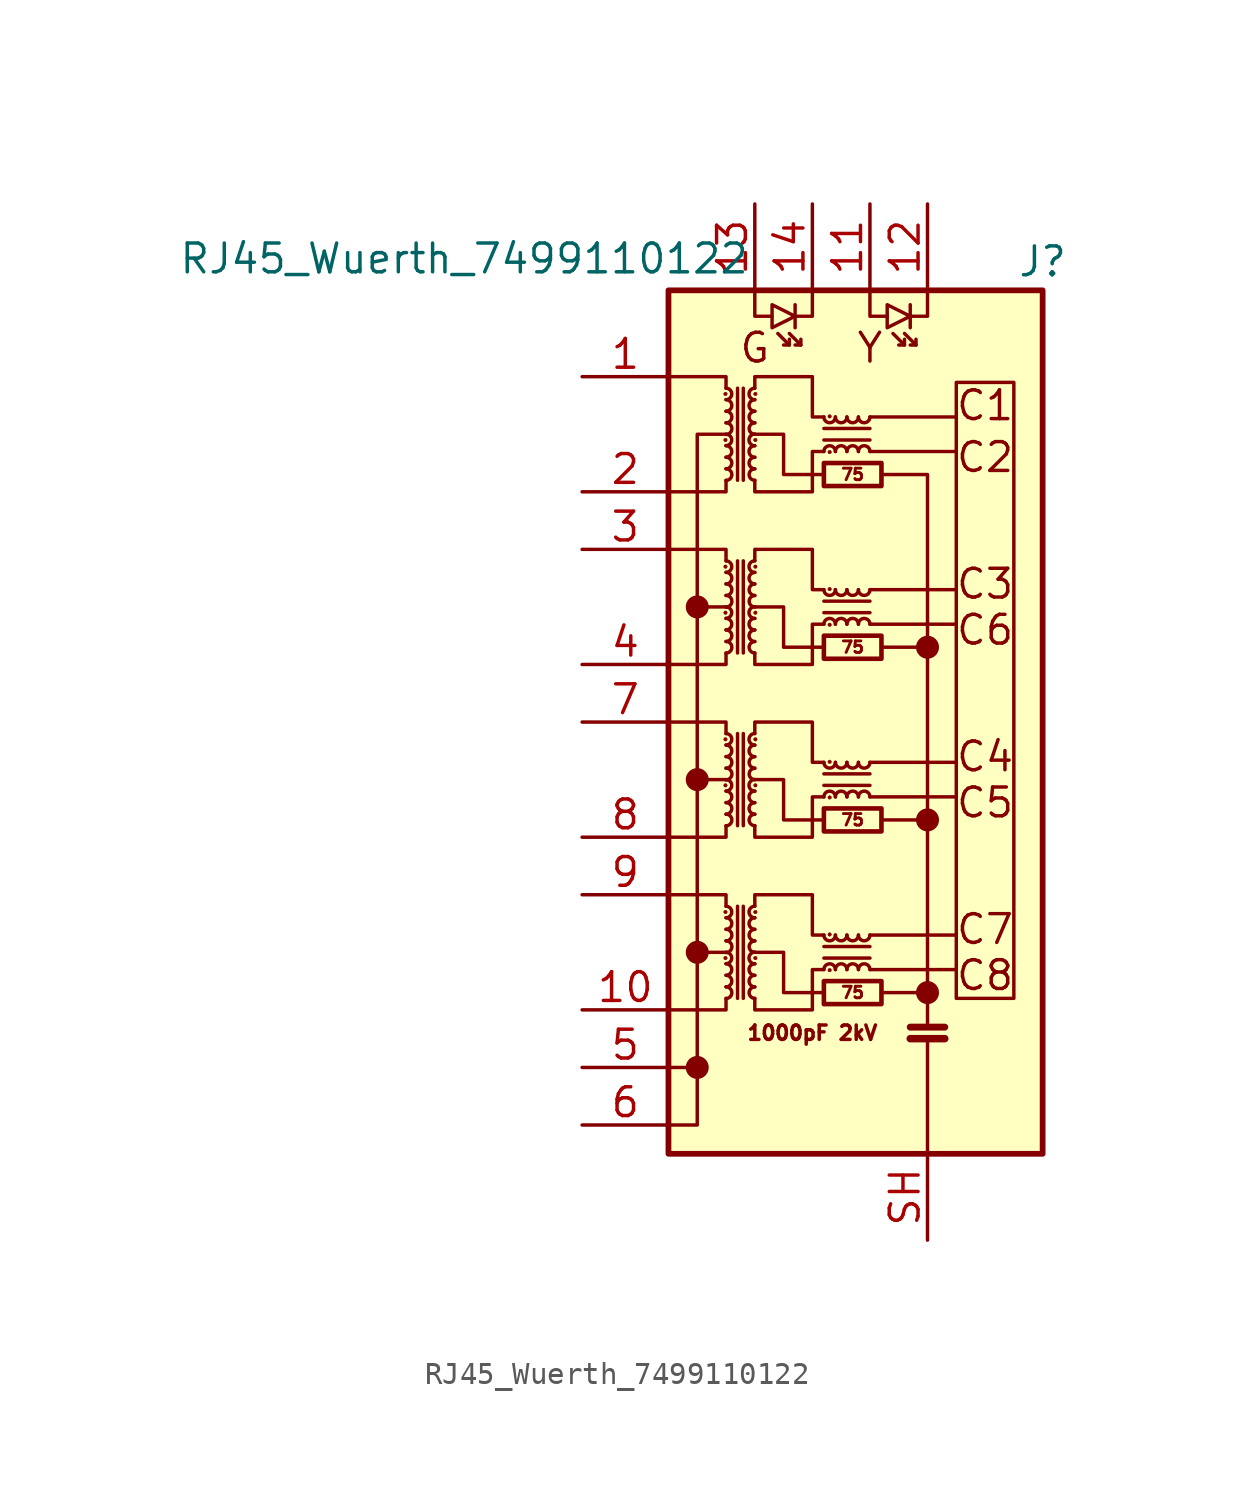
<source format=kicad_sym>
(kicad_symbol_lib
  (version 20231120)
  (generator "kicad_symbol_editor")
  (generator_version "8.0")
  (symbol "RJ45_Wuerth_7499110122"
    (pin_names hide)
    (property "Reference" "J"
      (at 8.89 19.05 0)
      (effects (font (size 1.27 1.27))))
    (property "Value" "RJ45_Wuerth_7499110122"
      (at -16.637 19.177 0)
      (effects (font (size 1.27 1.27))))
    (symbol "RJ45_Wuerth_7499110122_0_0"
      (circle (center -6.35 -16.51) (radius 0.0001) (stroke (width 0.508) (type default)) (fill (type none)))
      (circle (center -6.35 -11.43) (radius 0.0001) (stroke (width 0.508) (type default)) (fill (type none)))
      (circle (center -6.35 -3.81) (radius 0.0001) (stroke (width 0.508) (type default)) (fill (type none)))
      (circle (center -6.35 3.81) (radius 0.0001) (stroke (width 0.508) (type default)) (fill (type none)))
      (polyline (pts (xy -6.35 -11.43) (xy -5.08 -11.43)) (stroke (width 0) (type default)) (fill (type none)))
      (polyline (pts (xy -6.35 -3.81) (xy -5.08 -3.81)) (stroke (width 0) (type default)) (fill (type none)))
      (polyline (pts (xy -5.08 3.81) (xy -6.35 3.81)) (stroke (width 0) (type default)) (fill (type none)))
      (polyline (pts (xy 1.27 -12.192) (xy 5.08 -12.192)) (stroke (width 0) (type default)) (fill (type none)))
      (polyline (pts (xy 1.27 -10.668) (xy 5.08 -10.668)) (stroke (width 0) (type default)) (fill (type none)))
      (polyline (pts (xy 1.27 -4.572) (xy 5.08 -4.572)) (stroke (width 0) (type default)) (fill (type none)))
      (polyline (pts (xy 1.27 -3.048) (xy 5.08 -3.048)) (stroke (width 0) (type default)) (fill (type none)))
      (polyline (pts (xy 1.27 3.048) (xy 5.08 3.048)) (stroke (width 0) (type default)) (fill (type none)))
      (polyline (pts (xy 1.27 4.572) (xy 5.08 4.572)) (stroke (width 0) (type default)) (fill (type none)))
      (polyline (pts (xy 1.27 10.668) (xy 5.08 10.668)) (stroke (width 0) (type default)) (fill (type none)))
      (polyline (pts (xy 1.27 12.192) (xy 5.08 12.192)) (stroke (width 0) (type default)) (fill (type none)))
      (polyline (pts (xy 1.778 -13.208) (xy 3.81 -13.208)) (stroke (width 0) (type default)) (fill (type none)))
      (polyline (pts (xy -0.762 -13.208) (xy -2.54 -13.208) (xy -2.54 -11.43) (xy -3.81 -11.43)) (stroke (width 0) (type default)) (fill (type none)))
      (polyline (pts (xy -0.762 -5.588) (xy -2.54 -5.588) (xy -2.54 -3.81) (xy -3.81 -3.81)) (stroke (width 0) (type default)) (fill (type none)))
      (polyline (pts (xy -0.762 2.032) (xy -2.54 2.032) (xy -2.54 3.81) (xy -3.81 3.81)) (stroke (width 0) (type default)) (fill (type none)))
      (polyline (pts (xy -0.762 9.652) (xy -2.54 9.652) (xy -2.54 11.43) (xy -3.81 11.43)) (stroke (width 0) (type default)) (fill (type none)))
      (circle (center 3.81 -13.208) (radius 0.0001) (stroke (width 0.508) (type default)) (fill (type none)))
      (circle (center 3.81 -5.588) (radius 0.0001) (stroke (width 0.508) (type default)) (fill (type none)))
      (circle (center 3.81 2.032) (radius 0.0001) (stroke (width 0.508) (type default)) (fill (type none)))
      (text "1000pF 2kV" (at -1.27 -14.986 0) (effects (font (size 0.635 0.635))))
      (text "C1" (at 6.35 12.7 0) (effects (font (size 1.27 1.27))))
      (text "C2" (at 6.35 10.414 0) (effects (font (size 1.27 1.27))))
      (text "C3" (at 6.35 4.826 0) (effects (font (size 1.27 1.27))))
      (text "C4" (at 6.35 -2.794 0) (effects (font (size 1.27 1.27))))
      (text "C5" (at 6.35 -4.826 0) (effects (font (size 1.27 1.27))))
      (text "C6" (at 6.35 2.794 0) (effects (font (size 1.27 1.27))))
      (text "C7" (at 6.35 -10.414 0) (effects (font (size 1.27 1.27))))
      (text "C8" (at 6.35 -12.446 0) (effects (font (size 1.27 1.27))))
      (text "G" (at -3.81 15.24 0) (effects (font (size 1.27 1.27))))
      (text "Y" (at 1.27 15.24 0) (effects (font (size 1.27 1.27)))))
    (symbol "RJ45_Wuerth_7499110122_0_1"
      (rectangle (start -7.62 17.78) (end 8.89 -20.32) (stroke (width 0.254) (type default)) (fill (type background)))
      (circle (center -5.105 -11.684) (radius 0.076) (stroke (width 0.025) (type default)) (fill (type outline)))
      (circle (center -5.105 -9.652) (radius 0.076) (stroke (width 0.025) (type default)) (fill (type outline)))
      (circle (center -5.105 -4.064) (radius 0.076) (stroke (width 0.025) (type default)) (fill (type outline)))
      (circle (center -5.105 -2.032) (radius 0.076) (stroke (width 0.025) (type default)) (fill (type outline)))
      (circle (center -5.105 3.556) (radius 0.076) (stroke (width 0.025) (type default)) (fill (type outline)))
      (circle (center -5.105 5.588) (radius 0.076) (stroke (width 0.025) (type default)) (fill (type outline)))
      (circle (center -5.105 11.176) (radius 0.076) (stroke (width 0.025) (type default)) (fill (type outline)))
      (circle (center -5.105 13.208) (radius 0.076) (stroke (width 0.025) (type default)) (fill (type outline)))
      (arc (start -5.08 -13.462) (mid -4.827 -13.208) (end -5.08 -12.954) (stroke (width 0) (type default)) (fill (type none)))
      (arc (start -5.08 -12.954) (mid -4.8271 -12.7) (end -5.08 -12.446) (stroke (width 0) (type default)) (fill (type none)))
      (arc (start -5.08 -12.446) (mid -4.827 -12.192) (end -5.08 -11.938) (stroke (width 0) (type default)) (fill (type none)))
      (arc (start -5.08 -11.938) (mid -4.827 -11.684) (end -5.08 -11.43) (stroke (width 0) (type default)) (fill (type none)))
      (arc (start -5.08 -11.43) (mid -4.827 -11.176) (end -5.08 -10.922) (stroke (width 0) (type default)) (fill (type none)))
      (arc (start -5.08 -10.922) (mid -4.827 -10.668) (end -5.08 -10.414) (stroke (width 0) (type default)) (fill (type none)))
      (arc (start -5.08 -10.414) (mid -4.8271 -10.16) (end -5.08 -9.906) (stroke (width 0) (type default)) (fill (type none)))
      (arc (start -5.08 -9.906) (mid -4.827 -9.652) (end -5.08 -9.398) (stroke (width 0) (type default)) (fill (type none)))
      (arc (start -5.08 -5.842) (mid -4.827 -5.588) (end -5.08 -5.334) (stroke (width 0) (type default)) (fill (type none)))
      (arc (start -5.08 -5.334) (mid -4.8271 -5.08) (end -5.08 -4.826) (stroke (width 0) (type default)) (fill (type none)))
      (arc (start -5.08 -4.826) (mid -4.827 -4.572) (end -5.08 -4.318) (stroke (width 0) (type default)) (fill (type none)))
      (arc (start -5.08 -4.318) (mid -4.827 -4.064) (end -5.08 -3.81) (stroke (width 0) (type default)) (fill (type none)))
      (arc (start -5.08 -3.81) (mid -4.827 -3.556) (end -5.08 -3.302) (stroke (width 0) (type default)) (fill (type none)))
      (arc (start -5.08 -3.302) (mid -4.827 -3.048) (end -5.08 -2.794) (stroke (width 0) (type default)) (fill (type none)))
      (arc (start -5.08 -2.794) (mid -4.8271 -2.54) (end -5.08 -2.286) (stroke (width 0) (type default)) (fill (type none)))
      (arc (start -5.08 -2.286) (mid -4.827 -2.032) (end -5.08 -1.778) (stroke (width 0) (type default)) (fill (type none)))
      (arc (start -5.08 1.778) (mid -4.827 2.032) (end -5.08 2.286) (stroke (width 0) (type default)) (fill (type none)))
      (arc (start -5.08 2.286) (mid -4.8271 2.54) (end -5.08 2.794) (stroke (width 0) (type default)) (fill (type none)))
      (arc (start -5.08 2.794) (mid -4.827 3.048) (end -5.08 3.302) (stroke (width 0) (type default)) (fill (type none)))
      (arc (start -5.08 3.302) (mid -4.827 3.556) (end -5.08 3.81) (stroke (width 0) (type default)) (fill (type none)))
      (arc (start -5.08 3.81) (mid -4.827 4.064) (end -5.08 4.318) (stroke (width 0) (type default)) (fill (type none)))
      (arc (start -5.08 4.318) (mid -4.827 4.572) (end -5.08 4.826) (stroke (width 0) (type default)) (fill (type none)))
      (arc (start -5.08 4.826) (mid -4.8271 5.08) (end -5.08 5.334) (stroke (width 0) (type default)) (fill (type none)))
      (arc (start -5.08 5.334) (mid -4.827 5.588) (end -5.08 5.842) (stroke (width 0) (type default)) (fill (type none)))
      (arc (start -5.08 9.398) (mid -4.827 9.652) (end -5.08 9.906) (stroke (width 0) (type default)) (fill (type none)))
      (arc (start -5.08 9.906) (mid -4.8271 10.16) (end -5.08 10.414) (stroke (width 0) (type default)) (fill (type none)))
      (arc (start -5.08 10.414) (mid -4.827 10.668) (end -5.08 10.922) (stroke (width 0) (type default)) (fill (type none)))
      (arc (start -5.08 10.922) (mid -4.827 11.176) (end -5.08 11.43) (stroke (width 0) (type default)) (fill (type none)))
      (arc (start -5.08 11.43) (mid -4.827 11.684) (end -5.08 11.938) (stroke (width 0) (type default)) (fill (type none)))
      (arc (start -5.08 11.938) (mid -4.827 12.192) (end -5.08 12.446) (stroke (width 0) (type default)) (fill (type none)))
      (arc (start -5.08 12.446) (mid -4.8271 12.7) (end -5.08 12.954) (stroke (width 0) (type default)) (fill (type none)))
      (arc (start -5.08 12.954) (mid -4.827 13.208) (end -5.08 13.462) (stroke (width 0) (type default)) (fill (type none)))
      (arc (start -3.81 -12.954) (mid -4.063 -13.208) (end -3.81 -13.462) (stroke (width 0) (type default)) (fill (type none)))
      (arc (start -3.81 -12.446) (mid -4.0629 -12.7) (end -3.81 -12.954) (stroke (width 0) (type default)) (fill (type none)))
      (arc (start -3.81 -11.938) (mid -4.063 -12.192) (end -3.81 -12.446) (stroke (width 0) (type default)) (fill (type none)))
      (arc (start -3.81 -11.43) (mid -4.063 -11.684) (end -3.81 -11.938) (stroke (width 0) (type default)) (fill (type none)))
      (arc (start -3.81 -10.922) (mid -4.063 -11.176) (end -3.81 -11.43) (stroke (width 0) (type default)) (fill (type none)))
      (arc (start -3.81 -10.414) (mid -4.063 -10.668) (end -3.81 -10.922) (stroke (width 0) (type default)) (fill (type none)))
      (arc (start -3.81 -9.906) (mid -4.0629 -10.16) (end -3.81 -10.414) (stroke (width 0) (type default)) (fill (type none)))
      (arc (start -3.81 -9.398) (mid -4.063 -9.652) (end -3.81 -9.906) (stroke (width 0) (type default)) (fill (type none)))
      (arc (start -3.81 -5.334) (mid -4.063 -5.588) (end -3.81 -5.842) (stroke (width 0) (type default)) (fill (type none)))
      (arc (start -3.81 -4.826) (mid -4.0629 -5.08) (end -3.81 -5.334) (stroke (width 0) (type default)) (fill (type none)))
      (arc (start -3.81 -4.318) (mid -4.063 -4.572) (end -3.81 -4.826) (stroke (width 0) (type default)) (fill (type none)))
      (arc (start -3.81 -3.81) (mid -4.063 -4.064) (end -3.81 -4.318) (stroke (width 0) (type default)) (fill (type none)))
      (arc (start -3.81 -3.302) (mid -4.063 -3.556) (end -3.81 -3.81) (stroke (width 0) (type default)) (fill (type none)))
      (arc (start -3.81 -2.794) (mid -4.063 -3.048) (end -3.81 -3.302) (stroke (width 0) (type default)) (fill (type none)))
      (arc (start -3.81 -2.286) (mid -4.0629 -2.54) (end -3.81 -2.794) (stroke (width 0) (type default)) (fill (type none)))
      (arc (start -3.81 -1.778) (mid -4.063 -2.032) (end -3.81 -2.286) (stroke (width 0) (type default)) (fill (type none)))
      (arc (start -3.81 2.286) (mid -4.063 2.032) (end -3.81 1.778) (stroke (width 0) (type default)) (fill (type none)))
      (arc (start -3.81 2.794) (mid -4.0629 2.54) (end -3.81 2.286) (stroke (width 0) (type default)) (fill (type none)))
      (arc (start -3.81 3.302) (mid -4.063 3.048) (end -3.81 2.794) (stroke (width 0) (type default)) (fill (type none)))
      (arc (start -3.81 3.81) (mid -4.063 3.556) (end -3.81 3.302) (stroke (width 0) (type default)) (fill (type none)))
      (arc (start -3.81 4.318) (mid -4.063 4.064) (end -3.81 3.81) (stroke (width 0) (type default)) (fill (type none)))
      (arc (start -3.81 4.826) (mid -4.063 4.572) (end -3.81 4.318) (stroke (width 0) (type default)) (fill (type none)))
      (arc (start -3.81 5.334) (mid -4.0629 5.08) (end -3.81 4.826) (stroke (width 0) (type default)) (fill (type none)))
      (arc (start -3.81 5.842) (mid -4.063 5.588) (end -3.81 5.334) (stroke (width 0) (type default)) (fill (type none)))
      (arc (start -3.81 9.906) (mid -4.063 9.652) (end -3.81 9.398) (stroke (width 0) (type default)) (fill (type none)))
      (arc (start -3.81 10.414) (mid -4.0629 10.16) (end -3.81 9.906) (stroke (width 0) (type default)) (fill (type none)))
      (arc (start -3.81 10.922) (mid -4.063 10.668) (end -3.81 10.414) (stroke (width 0) (type default)) (fill (type none)))
      (arc (start -3.81 11.43) (mid -4.063 11.176) (end -3.81 10.922) (stroke (width 0) (type default)) (fill (type none)))
      (arc (start -3.81 11.938) (mid -4.063 11.684) (end -3.81 11.43) (stroke (width 0) (type default)) (fill (type none)))
      (arc (start -3.81 12.446) (mid -4.063 12.192) (end -3.81 11.938) (stroke (width 0) (type default)) (fill (type none)))
      (arc (start -3.81 12.954) (mid -4.0629 12.7) (end -3.81 12.446) (stroke (width 0) (type default)) (fill (type none)))
      (arc (start -3.81 13.462) (mid -4.063 13.208) (end -3.81 12.954) (stroke (width 0) (type default)) (fill (type none)))
      (circle (center -3.785 -11.684) (radius 0.076) (stroke (width 0.025) (type default)) (fill (type outline)))
      (circle (center -3.785 -9.652) (radius 0.076) (stroke (width 0.025) (type default)) (fill (type outline)))
      (circle (center -3.785 -4.064) (radius 0.076) (stroke (width 0.025) (type default)) (fill (type outline)))
      (circle (center -3.785 -2.032) (radius 0.076) (stroke (width 0.025) (type default)) (fill (type outline)))
      (circle (center -3.785 3.556) (radius 0.076) (stroke (width 0.025) (type default)) (fill (type outline)))
      (circle (center -3.785 5.588) (radius 0.076) (stroke (width 0.025) (type default)) (fill (type outline)))
      (circle (center -3.785 11.176) (radius 0.076) (stroke (width 0.025) (type default)) (fill (type outline)))
      (circle (center -3.785 13.208) (radius 0.076) (stroke (width 0.025) (type default)) (fill (type outline)))
      (rectangle (start -0.762 -12.7) (end 1.778 -13.716) (stroke (width 0.203) (type default)) (fill (type none)))
      (arc (start -0.762 -10.668) (mid -0.508 -10.9209) (end -0.254 -10.668) (stroke (width 0) (type default)) (fill (type none)))
      (rectangle (start -0.762 -5.08) (end 1.778 -6.096) (stroke (width 0.203) (type default)) (fill (type none)))
      (arc (start -0.762 -3.048) (mid -0.508 -3.3009) (end -0.254 -3.048) (stroke (width 0) (type default)) (fill (type none)))
      (rectangle (start -0.762 2.54) (end 1.778 1.524) (stroke (width 0.203) (type default)) (fill (type none)))
      (arc (start -0.762 4.572) (mid -0.508 4.3191) (end -0.254 4.572) (stroke (width 0) (type default)) (fill (type none)))
      (rectangle (start -0.762 10.16) (end 1.778 9.144) (stroke (width 0.203) (type default)) (fill (type none)))
      (arc (start -0.762 12.192) (mid -0.508 11.9391) (end -0.254 12.192) (stroke (width 0) (type default)) (fill (type none)))
      (circle (center -0.508 -12.217) (radius 0.076) (stroke (width 0.025) (type default)) (fill (type outline)))
      (circle (center -0.508 -10.643) (radius 0.076) (stroke (width 0.025) (type default)) (fill (type outline)))
      (circle (center -0.508 -4.597) (radius 0.076) (stroke (width 0.025) (type default)) (fill (type outline)))
      (circle (center -0.508 -3.023) (radius 0.076) (stroke (width 0.025) (type default)) (fill (type outline)))
      (circle (center -0.508 3.023) (radius 0.076) (stroke (width 0.025) (type default)) (fill (type outline)))
      (circle (center -0.508 4.597) (radius 0.076) (stroke (width 0.025) (type default)) (fill (type outline)))
      (circle (center -0.508 10.643) (radius 0.076) (stroke (width 0.025) (type default)) (fill (type outline)))
      (circle (center -0.508 12.217) (radius 0.076) (stroke (width 0.025) (type default)) (fill (type outline)))
      (arc (start -0.254 -12.192) (mid -0.508 -11.9391) (end -0.762 -12.192) (stroke (width 0) (type default)) (fill (type none)))
      (arc (start -0.254 -10.668) (mid 0 -10.9209) (end 0.254 -10.668) (stroke (width 0) (type default)) (fill (type none)))
      (arc (start -0.254 -4.572) (mid -0.508 -4.3191) (end -0.762 -4.572) (stroke (width 0) (type default)) (fill (type none)))
      (arc (start -0.254 -3.048) (mid 0 -3.3009) (end 0.254 -3.048) (stroke (width 0) (type default)) (fill (type none)))
      (arc (start -0.254 3.048) (mid -0.508 3.3009) (end -0.762 3.048) (stroke (width 0) (type default)) (fill (type none)))
      (arc (start -0.254 4.572) (mid 0 4.3191) (end 0.254 4.572) (stroke (width 0) (type default)) (fill (type none)))
      (arc (start -0.254 10.668) (mid -0.508 10.9209) (end -0.762 10.668) (stroke (width 0) (type default)) (fill (type none)))
      (arc (start -0.254 12.192) (mid 0 11.9391) (end 0.254 12.192) (stroke (width 0) (type default)) (fill (type none)))
      (polyline (pts (xy -4.572 -13.462) (xy -4.572 -9.398)) (stroke (width 0) (type default)) (fill (type none)))
      (polyline (pts (xy -4.572 -5.842) (xy -4.572 -1.778)) (stroke (width 0) (type default)) (fill (type none)))
      (polyline (pts (xy -4.572 1.778) (xy -4.572 5.842)) (stroke (width 0) (type default)) (fill (type none)))
      (polyline (pts (xy -4.572 9.398) (xy -4.572 13.462)) (stroke (width 0) (type default)) (fill (type none)))
      (polyline (pts (xy -4.318 -9.398) (xy -4.318 -13.462)) (stroke (width 0) (type default)) (fill (type none)))
      (polyline (pts (xy -4.318 -1.778) (xy -4.318 -5.842)) (stroke (width 0) (type default)) (fill (type none)))
      (polyline (pts (xy -4.318 5.842) (xy -4.318 1.778)) (stroke (width 0) (type default)) (fill (type none)))
      (polyline (pts (xy -4.318 13.462) (xy -4.318 9.398)) (stroke (width 0) (type default)) (fill (type none)))
      (polyline (pts (xy -2.286 15.367) (xy -2.794 15.875)) (stroke (width 0) (type default)) (fill (type none)))
      (polyline (pts (xy -2.032 17.145) (xy -2.032 16.129)) (stroke (width 0) (type default)) (fill (type none)))
      (polyline (pts (xy -1.778 15.367) (xy -2.286 15.875)) (stroke (width 0) (type default)) (fill (type none)))
      (polyline (pts (xy -0.762 -11.176) (xy 1.27 -11.176)) (stroke (width 0) (type default)) (fill (type none)))
      (polyline (pts (xy -0.762 -3.556) (xy 1.27 -3.556)) (stroke (width 0) (type default)) (fill (type none)))
      (polyline (pts (xy -0.762 4.064) (xy 1.27 4.064)) (stroke (width 0) (type default)) (fill (type none)))
      (polyline (pts (xy -0.762 11.684) (xy 1.27 11.684)) (stroke (width 0) (type default)) (fill (type none)))
      (polyline (pts (xy 1.27 -11.684) (xy -0.762 -11.684)) (stroke (width 0) (type default)) (fill (type none)))
      (polyline (pts (xy 1.27 -4.064) (xy -0.762 -4.064)) (stroke (width 0) (type default)) (fill (type none)))
      (polyline (pts (xy 1.27 3.556) (xy -0.762 3.556)) (stroke (width 0) (type default)) (fill (type none)))
      (polyline (pts (xy 1.27 11.176) (xy -0.762 11.176)) (stroke (width 0) (type default)) (fill (type none)))
      (polyline (pts (xy 1.778 -5.588) (xy 3.81 -5.588)) (stroke (width 0) (type default)) (fill (type none)))
      (polyline (pts (xy 2.794 15.367) (xy 2.286 15.875)) (stroke (width 0) (type default)) (fill (type none)))
      (polyline (pts (xy 3.048 17.145) (xy 3.048 16.129)) (stroke (width 0) (type default)) (fill (type none)))
      (polyline (pts (xy 3.302 15.367) (xy 2.794 15.875)) (stroke (width 0) (type default)) (fill (type none)))
      (polyline (pts (xy 3.81 -20.32) (xy 3.81 -15.24)) (stroke (width 0) (type default)) (fill (type none)))
      (polyline (pts (xy 3.81 2.032) (xy 1.778 2.032)) (stroke (width 0) (type default)) (fill (type none)))
      (polyline (pts (xy 4.572 -15.24) (xy 3.048 -15.24)) (stroke (width 0.33) (type default)) (fill (type none)))
      (polyline (pts (xy 4.572 -14.732) (xy 3.048 -14.732)) (stroke (width 0.305) (type default)) (fill (type none)))
      (polyline (pts (xy -6.35 -16.51) (xy -6.35 -19.05) (xy -7.62 -19.05)) (stroke (width 0) (type default)) (fill (type none)))
      (polyline (pts (xy -5.08 -13.462) (xy -5.08 -13.97) (xy -7.62 -13.97)) (stroke (width 0) (type default)) (fill (type none)))
      (polyline (pts (xy -5.08 -9.398) (xy -5.08 -8.89) (xy -7.62 -8.89)) (stroke (width 0) (type default)) (fill (type none)))
      (polyline (pts (xy -5.08 -5.842) (xy -5.08 -6.35) (xy -7.62 -6.35)) (stroke (width 0) (type default)) (fill (type none)))
      (polyline (pts (xy -5.08 -1.778) (xy -5.08 -1.27) (xy -7.62 -1.27)) (stroke (width 0) (type default)) (fill (type none)))
      (polyline (pts (xy -5.08 1.778) (xy -5.08 1.27) (xy -7.62 1.27)) (stroke (width 0) (type default)) (fill (type none)))
      (polyline (pts (xy -5.08 5.842) (xy -5.08 6.35) (xy -7.62 6.35)) (stroke (width 0) (type default)) (fill (type none)))
      (polyline (pts (xy -5.08 9.398) (xy -5.08 8.89) (xy -7.62 8.89)) (stroke (width 0) (type default)) (fill (type none)))
      (polyline (pts (xy -5.08 13.462) (xy -5.08 13.97) (xy -7.62 13.97)) (stroke (width 0) (type default)) (fill (type none)))
      (polyline (pts (xy -3.81 17.78) (xy -3.81 16.637) (xy -3.048 16.637)) (stroke (width 0) (type default)) (fill (type none)))
      (polyline (pts (xy -2.286 15.621) (xy -2.286 15.367) (xy -2.54 15.367)) (stroke (width 0) (type default)) (fill (type none)))
      (polyline (pts (xy -1.778 15.621) (xy -1.778 15.367) (xy -2.032 15.367)) (stroke (width 0) (type default)) (fill (type none)))
      (polyline (pts (xy -1.27 17.78) (xy -1.27 16.637) (xy -2.032 16.637)) (stroke (width 0) (type default)) (fill (type none)))
      (polyline (pts (xy 1.27 17.78) (xy 1.27 16.637) (xy 2.032 16.637)) (stroke (width 0) (type default)) (fill (type none)))
      (polyline (pts (xy 2.794 15.621) (xy 2.794 15.367) (xy 2.54 15.367)) (stroke (width 0) (type default)) (fill (type none)))
      (polyline (pts (xy 3.302 15.621) (xy 3.302 15.367) (xy 3.048 15.367)) (stroke (width 0) (type default)) (fill (type none)))
      (polyline (pts (xy 3.81 -14.732) (xy 3.81 9.652) (xy 1.778 9.652)) (stroke (width 0) (type default)) (fill (type none)))
      (polyline (pts (xy 3.81 17.78) (xy 3.81 16.637) (xy 3.048 16.637)) (stroke (width 0) (type default)) (fill (type none)))
      (polyline (pts (xy -5.08 11.43) (xy -6.35 11.43) (xy -6.35 -16.51) (xy -7.62 -16.51)) (stroke (width 0) (type default)) (fill (type none)))
      (polyline (pts (xy -2.032 16.637) (xy -3.048 17.145) (xy -3.048 16.129) (xy -2.032 16.637)) (stroke (width 0) (type default)) (fill (type none)))
      (polyline (pts (xy 3.048 16.637) (xy 2.032 17.145) (xy 2.032 16.129) (xy 3.048 16.637)) (stroke (width 0) (type default)) (fill (type none)))
      (polyline (pts (xy -3.81 -13.462) (xy -3.81 -13.97) (xy -1.27 -13.97) (xy -1.27 -12.192) (xy -0.762 -12.192)) (stroke (width 0) (type default)) (fill (type none)))
      (polyline (pts (xy -3.81 -5.842) (xy -3.81 -6.35) (xy -1.27 -6.35) (xy -1.27 -4.572) (xy -0.762 -4.572)) (stroke (width 0) (type default)) (fill (type none)))
      (polyline (pts (xy -3.81 1.778) (xy -3.81 1.27) (xy -1.27 1.27) (xy -1.27 3.048) (xy -0.762 3.048)) (stroke (width 0) (type default)) (fill (type none)))
      (polyline (pts (xy -3.81 9.398) (xy -3.81 8.89) (xy -1.27 8.89) (xy -1.27 10.668) (xy -0.762 10.668)) (stroke (width 0) (type default)) (fill (type none)))
      (polyline (pts (xy -0.762 -10.668) (xy -1.27 -10.668) (xy -1.27 -8.89) (xy -3.81 -8.89) (xy -3.81 -9.398)) (stroke (width 0) (type default)) (fill (type none)))
      (polyline (pts (xy -0.762 -3.048) (xy -1.27 -3.048) (xy -1.27 -1.27) (xy -3.81 -1.27) (xy -3.81 -1.778)) (stroke (width 0) (type default)) (fill (type none)))
      (polyline (pts (xy -0.762 4.572) (xy -1.27 4.572) (xy -1.27 6.35) (xy -3.81 6.35) (xy -3.81 5.842)) (stroke (width 0) (type default)) (fill (type none)))
      (polyline (pts (xy -0.762 12.192) (xy -1.27 12.192) (xy -1.27 13.97) (xy -3.81 13.97) (xy -3.81 13.462)) (stroke (width 0) (type default)) (fill (type none)))
      (arc (start 0.254 -12.192) (mid 0 -11.9391) (end -0.254 -12.192) (stroke (width 0) (type default)) (fill (type none)))
      (arc (start 0.254 -10.668) (mid 0.508 -10.9209) (end 0.762 -10.668) (stroke (width 0) (type default)) (fill (type none)))
      (arc (start 0.254 -4.572) (mid 0 -4.3191) (end -0.254 -4.572) (stroke (width 0) (type default)) (fill (type none)))
      (arc (start 0.254 -3.048) (mid 0.508 -3.3009) (end 0.762 -3.048) (stroke (width 0) (type default)) (fill (type none)))
      (arc (start 0.254 3.048) (mid 0 3.3009) (end -0.254 3.048) (stroke (width 0) (type default)) (fill (type none)))
      (arc (start 0.254 4.572) (mid 0.508 4.3191) (end 0.762 4.572) (stroke (width 0) (type default)) (fill (type none)))
      (arc (start 0.254 10.668) (mid 0 10.9209) (end -0.254 10.668) (stroke (width 0) (type default)) (fill (type none)))
      (arc (start 0.254 12.192) (mid 0.508 11.9391) (end 0.762 12.192) (stroke (width 0) (type default)) (fill (type none)))
      (arc (start 0.762 -12.192) (mid 0.508 -11.9391) (end 0.254 -12.192) (stroke (width 0) (type default)) (fill (type none)))
      (arc (start 0.762 -10.668) (mid 1.016 -10.9209) (end 1.27 -10.668) (stroke (width 0) (type default)) (fill (type none)))
      (arc (start 0.762 -4.572) (mid 0.508 -4.3191) (end 0.254 -4.572) (stroke (width 0) (type default)) (fill (type none)))
      (arc (start 0.762 -3.048) (mid 1.016 -3.3009) (end 1.27 -3.048) (stroke (width 0) (type default)) (fill (type none)))
      (arc (start 0.762 3.048) (mid 0.508 3.3009) (end 0.254 3.048) (stroke (width 0) (type default)) (fill (type none)))
      (arc (start 0.762 4.572) (mid 1.016 4.3191) (end 1.27 4.572) (stroke (width 0) (type default)) (fill (type none)))
      (arc (start 0.762 10.668) (mid 0.508 10.9209) (end 0.254 10.668) (stroke (width 0) (type default)) (fill (type none)))
      (arc (start 0.762 12.192) (mid 1.016 11.9391) (end 1.27 12.192) (stroke (width 0) (type default)) (fill (type none)))
      (arc (start 1.27 -12.192) (mid 1.016 -11.9391) (end 0.762 -12.192) (stroke (width 0) (type default)) (fill (type none)))
      (arc (start 1.27 -4.572) (mid 1.016 -4.3191) (end 0.762 -4.572) (stroke (width 0) (type default)) (fill (type none)))
      (arc (start 1.27 3.048) (mid 1.016 3.3009) (end 0.762 3.048) (stroke (width 0) (type default)) (fill (type none)))
      (arc (start 1.27 10.668) (mid 1.016 10.9209) (end 0.762 10.668) (stroke (width 0) (type default)) (fill (type none)))
      (rectangle (start 7.62 13.716) (end 5.08 -13.462) (stroke (width 0) (type default)) (fill (type none))))
    (symbol "RJ45_Wuerth_7499110122_1_0"
      (text "75" (at 0.508 -13.208 0) (effects (font (size 0.508 0.508))))
      (text "75" (at 0.508 -5.588 0) (effects (font (size 0.508 0.508))))
      (text "75" (at 0.508 2.032 0) (effects (font (size 0.508 0.508))))
      (text "75" (at 0.508 9.652 0) (effects (font (size 0.508 0.508)))))
    (symbol "RJ45_Wuerth_7499110122_1_1"
      (pin passive line (at -11.43 13.97 0) (length 3.81) (name "TD1+" (effects (font (size 1.27 1.27)))) (number "1" (effects (font (size 1.27 1.27)))))
      (pin passive line (at -11.43 -13.97 0) (length 3.81) (name "TD4-" (effects (font (size 1.27 1.27)))) (number "10" (effects (font (size 1.27 1.27)))))
      (pin passive line (at 1.27 21.59 270) (length 3.81) (name "~" (effects (font (size 1.27 1.27)))) (number "11" (effects (font (size 1.27 1.27)))))
      (pin passive line (at 3.81 21.59 270) (length 3.81) (name "~" (effects (font (size 1.27 1.27)))) (number "12" (effects (font (size 1.27 1.27)))))
      (pin passive line (at -3.81 21.59 270) (length 3.81) (name "~" (effects (font (size 1.27 1.27)))) (number "13" (effects (font (size 1.27 1.27)))))
      (pin passive line (at -1.27 21.59 270) (length 3.81) (name "~" (effects (font (size 1.27 1.27)))) (number "14" (effects (font (size 1.27 1.27)))))
      (pin passive line (at -11.43 8.89 0) (length 3.81) (name "TD1-" (effects (font (size 1.27 1.27)))) (number "2" (effects (font (size 1.27 1.27)))))
      (pin passive line (at -11.43 6.35 0) (length 3.81) (name "TD2+" (effects (font (size 1.27 1.27)))) (number "3" (effects (font (size 1.27 1.27)))))
      (pin passive line (at -11.43 1.27 0) (length 3.81) (name "TD2-" (effects (font (size 1.27 1.27)))) (number "4" (effects (font (size 1.27 1.27)))))
      (pin passive line (at -11.43 -16.51 0) (length 3.81) (name "CT" (effects (font (size 1.27 1.27)))) (number "5" (effects (font (size 1.27 1.27)))))
      (pin passive line (at -11.43 -19.05 0) (length 3.81) (name "CT" (effects (font (size 1.27 1.27)))) (number "6" (effects (font (size 1.27 1.27)))))
      (pin passive line (at -11.43 -1.27 0) (length 3.81) (name "TD3+" (effects (font (size 1.27 1.27)))) (number "7" (effects (font (size 1.27 1.27)))))
      (pin passive line (at -11.43 -6.35 0) (length 3.81) (name "TD3-" (effects (font (size 1.27 1.27)))) (number "8" (effects (font (size 1.27 1.27)))))
      (pin passive line (at -11.43 -8.89 0) (length 3.81) (name "TD4+" (effects (font (size 1.27 1.27)))) (number "9" (effects (font (size 1.27 1.27)))))
      (pin power_in line (at 3.81 -24.13 90) (length 3.81) (name "Shield" (effects (font (size 1.27 1.27)))) (number "SH" (effects (font (size 1.27 1.27))))))))
</source>
